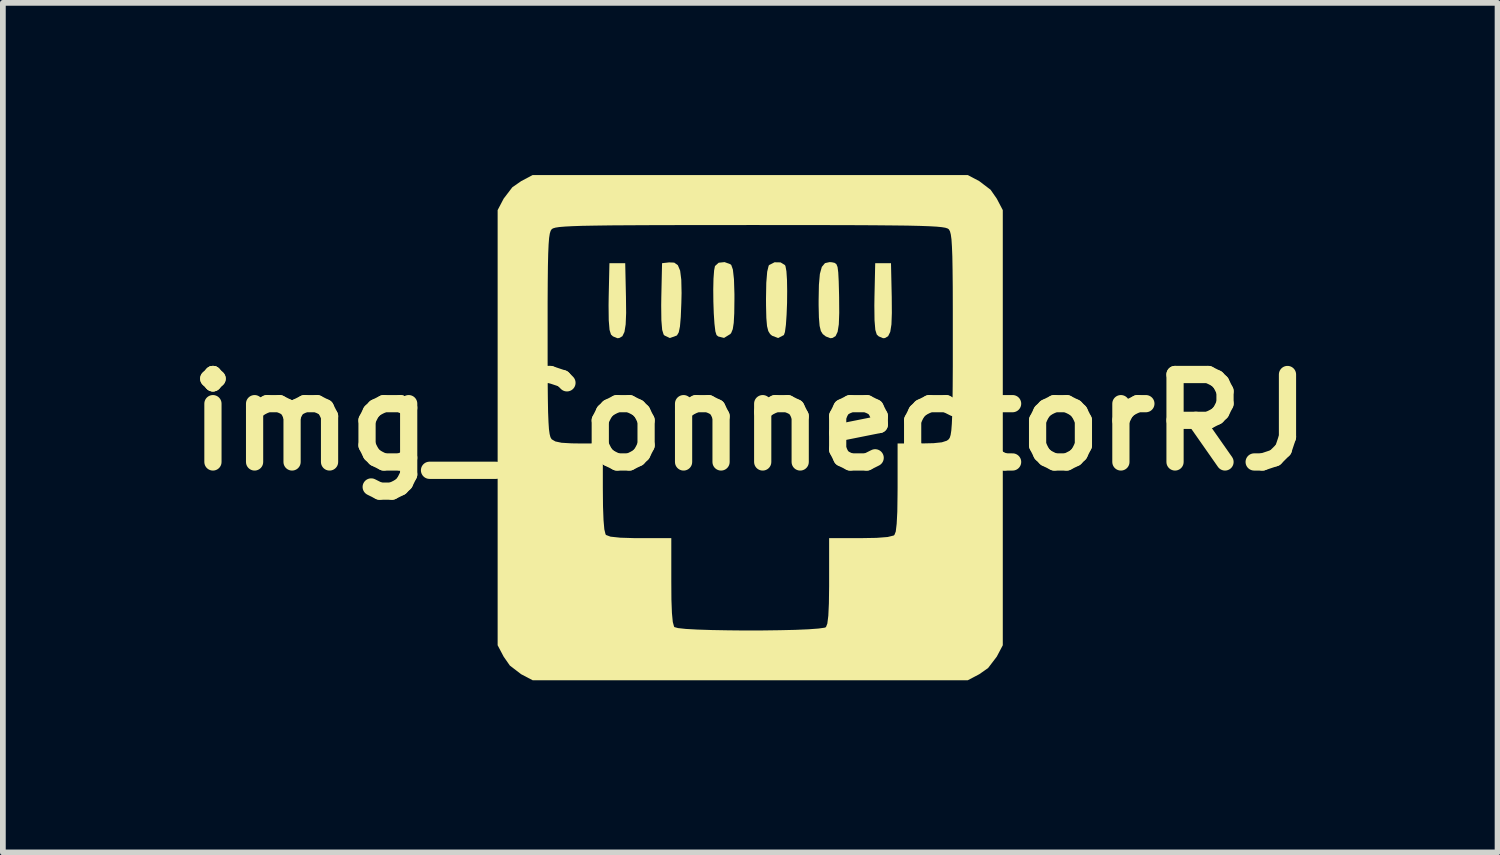
<source format=kicad_pcb>
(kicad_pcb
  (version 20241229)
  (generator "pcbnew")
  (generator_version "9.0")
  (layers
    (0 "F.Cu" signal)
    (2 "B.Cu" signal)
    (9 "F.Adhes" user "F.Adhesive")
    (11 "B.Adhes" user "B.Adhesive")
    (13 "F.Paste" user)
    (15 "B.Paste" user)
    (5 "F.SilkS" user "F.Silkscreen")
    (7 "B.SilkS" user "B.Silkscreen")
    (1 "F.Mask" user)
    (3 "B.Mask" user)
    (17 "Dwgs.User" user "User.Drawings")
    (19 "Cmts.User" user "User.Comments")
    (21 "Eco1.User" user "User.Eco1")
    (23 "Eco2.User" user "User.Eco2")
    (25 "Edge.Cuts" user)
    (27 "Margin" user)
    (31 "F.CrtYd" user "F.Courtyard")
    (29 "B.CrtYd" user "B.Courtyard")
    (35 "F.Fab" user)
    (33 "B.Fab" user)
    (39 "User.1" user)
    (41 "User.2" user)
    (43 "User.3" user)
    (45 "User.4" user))
  (footprint "img_ConnectorRJ"
    (layer "F.Cu")
    (at 10.022 4.31)
    (property "Reference" "img_ConnectorRJ" (at 0 0 0) (layer "F.SilkS") (effects (font (size 1.524 1.524) (thickness 0.3))))
    (attr board_only exclude_from_pos_files exclude_from_bom)
    (fp_poly (pts (xy -2.165 -2.184) (xy -2.162 -1.907) (xy -2.17 -1.708) (xy -2.191 -1.577) (xy -2.227 -1.502) (xy -2.282 -1.47) (xy -2.315 -1.467) (xy -2.392 -1.499) (xy -2.426 -1.531) (xy -2.451 -1.612) (xy -2.465 -1.78) (xy -2.468 -2.038) (xy -2.466 -2.184) (xy -2.453 -2.774) (xy -2.178 -2.774)) (stroke (width 0) (type solid)) (fill yes) (layer "F.SilkS"))
    (fp_poly (pts (xy 2.466 -2.184) (xy 2.468 -1.907) (xy 2.461 -1.708) (xy 2.44 -1.577) (xy 2.403 -1.502) (xy 2.349 -1.47) (xy 2.315 -1.467) (xy 2.239 -1.499) (xy 2.205 -1.531) (xy 2.18 -1.612) (xy 2.166 -1.78) (xy 2.163 -2.038) (xy 2.165 -2.184) (xy 2.178 -2.774) (xy 2.453 -2.774)) (stroke (width 0) (type solid)) (fill yes) (layer "F.SilkS"))
    (fp_poly (pts (xy -1.324 -2.784) (xy -1.261 -2.739) (xy -1.221 -2.644) (xy -1.201 -2.486) (xy -1.196 -2.255) (xy -1.2 -2.08) (xy -1.21 -1.837) (xy -1.224 -1.672) (xy -1.245 -1.57) (xy -1.275 -1.518) (xy -1.284 -1.512) (xy -1.4 -1.47) (xy -1.493 -1.514) (xy -1.509 -1.531) (xy -1.534 -1.612) (xy -1.548 -1.78) (xy -1.551 -2.038) (xy -1.549 -2.184) (xy -1.536 -2.774) (xy -1.413 -2.788)) (stroke (width 0) (type solid)) (fill yes) (layer "F.SilkS"))
    (fp_poly (pts (xy -0.348 -2.757) (xy -0.33 -2.742) (xy -0.302 -2.663) (xy -0.283 -2.493) (xy -0.275 -2.235) (xy -0.275 -2.149) (xy -0.278 -1.904) (xy -0.287 -1.735) (xy -0.304 -1.625) (xy -0.331 -1.559) (xy -0.347 -1.539) (xy -0.456 -1.472) (xy -0.557 -1.497) (xy -0.587 -1.522) (xy -0.607 -1.586) (xy -0.623 -1.72) (xy -0.635 -1.9) (xy -0.642 -2.106) (xy -0.644 -2.314) (xy -0.64 -2.502) (xy -0.629 -2.648) (xy -0.614 -2.724) (xy -0.55 -2.782) (xy -0.447 -2.793)) (stroke (width 0) (type solid)) (fill yes) (layer "F.SilkS"))
    (fp_poly (pts (xy 0.529 -2.788) (xy 0.605 -2.741) (xy 0.614 -2.724) (xy 0.631 -2.633) (xy 0.641 -2.48) (xy 0.644 -2.289) (xy 0.642 -2.08) (xy 0.634 -1.876) (xy 0.622 -1.7) (xy 0.605 -1.574) (xy 0.587 -1.522) (xy 0.487 -1.47) (xy 0.381 -1.51) (xy 0.347 -1.539) (xy 0.315 -1.591) (xy 0.293 -1.678) (xy 0.281 -1.819) (xy 0.276 -2.027) (xy 0.275 -2.149) (xy 0.28 -2.432) (xy 0.296 -2.626) (xy 0.321 -2.729) (xy 0.33 -2.742) (xy 0.424 -2.79)) (stroke (width 0) (type solid)) (fill yes) (layer "F.SilkS"))
    (fp_poly (pts (xy 1.424 -2.79) (xy 1.47 -2.78) (xy 1.501 -2.758) (xy 1.522 -2.707) (xy 1.534 -2.613) (xy 1.542 -2.46) (xy 1.548 -2.233) (xy 1.549 -2.184) (xy 1.551 -1.907) (xy 1.544 -1.709) (xy 1.523 -1.578) (xy 1.487 -1.503) (xy 1.432 -1.471) (xy 1.396 -1.467) (xy 1.318 -1.497) (xy 1.264 -1.539) (xy 1.231 -1.592) (xy 1.209 -1.683) (xy 1.197 -1.827) (xy 1.192 -2.042) (xy 1.192 -2.126) (xy 1.197 -2.397) (xy 1.214 -2.588) (xy 1.248 -2.71) (xy 1.303 -2.775) (xy 1.382 -2.793)) (stroke (width 0) (type solid)) (fill yes) (layer "F.SilkS"))
    (fp_poly (pts (xy 3.991 -4.204) (xy 4.188 -4.054) (xy 4.296 -3.899) (xy 4.401 -3.699) (xy 4.401 3.883) (xy 4.296 4.082) (xy 4.145 4.28) (xy 3.991 4.388) (xy 3.791 4.493) (xy -3.791 4.493) (xy -3.991 4.388) (xy -4.188 4.237) (xy -4.296 4.082) (xy -4.401 3.883) (xy -4.401 -1.536) (xy -3.53 -1.536) (xy -3.53 -1.082) (xy -3.529 -0.71) (xy -3.526 -0.414) (xy -3.522 -0.182) (xy -3.515 -0.008) (xy -3.507 0.117) (xy -3.495 0.203) (xy -3.481 0.257) (xy -3.463 0.289) (xy -3.458 0.295) (xy -3.395 0.332) (xy -3.286 0.355) (xy -3.114 0.365) (xy -2.977 0.367) (xy -2.568 0.367) (xy -2.568 1.137) (xy -2.565 1.463) (xy -2.556 1.703) (xy -2.542 1.863) (xy -2.521 1.949) (xy -2.512 1.962) (xy -2.434 1.991) (xy -2.264 2.009) (xy -2.005 2.017) (xy -1.916 2.017) (xy -1.375 2.017) (xy -1.375 2.765) (xy -1.373 3.087) (xy -1.364 3.322) (xy -1.349 3.478) (xy -1.327 3.558) (xy -1.32 3.567) (xy -1.258 3.584) (xy -1.119 3.599) (xy -0.917 3.61) (xy -0.668 3.618) (xy -0.385 3.623) (xy -0.084 3.626) (xy 0.221 3.625) (xy 0.516 3.621) (xy 0.785 3.615) (xy 1.015 3.605) (xy 1.19 3.592) (xy 1.297 3.577) (xy 1.32 3.567) (xy 1.344 3.505) (xy 1.361 3.369) (xy 1.371 3.155) (xy 1.375 2.855) (xy 1.375 2.765) (xy 1.375 2.017) (xy 1.916 2.017) (xy 2.201 2.012) (xy 2.395 1.997) (xy 2.5 1.971) (xy 2.512 1.962) (xy 2.536 1.902) (xy 2.552 1.768) (xy 2.563 1.557) (xy 2.567 1.262) (xy 2.568 1.137) (xy 2.568 0.367) (xy 2.977 0.367) (xy 3.195 0.362) (xy 3.339 0.347) (xy 3.426 0.319) (xy 3.458 0.295) (xy 3.477 0.267) (xy 3.492 0.219) (xy 3.504 0.142) (xy 3.513 0.027) (xy 3.52 -0.134) (xy 3.525 -0.35) (xy 3.528 -0.63) (xy 3.53 -0.981) (xy 3.53 -1.414) (xy 3.53 -1.536) (xy 3.53 -1.99) (xy 3.529 -2.361) (xy 3.526 -2.658) (xy 3.522 -2.889) (xy 3.515 -3.063) (xy 3.507 -3.189) (xy 3.495 -3.275) (xy 3.481 -3.329) (xy 3.463 -3.361) (xy 3.458 -3.367) (xy 3.437 -3.38) (xy 3.399 -3.392) (xy 3.338 -3.402) (xy 3.247 -3.411) (xy 3.121 -3.418) (xy 2.954 -3.424) (xy 2.738 -3.429) (xy 2.469 -3.432) (xy 2.139 -3.435) (xy 1.744 -3.437) (xy 1.276 -3.438) (xy 0.73 -3.438) (xy 0.098 -3.439) (xy 0 -3.439) (xy -0.644 -3.438) (xy -1.202 -3.438) (xy -1.681 -3.437) (xy -2.087 -3.435) (xy -2.425 -3.433) (xy -2.703 -3.429) (xy -2.926 -3.425) (xy -3.1 -3.419) (xy -3.231 -3.412) (xy -3.327 -3.404) (xy -3.392 -3.394) (xy -3.433 -3.382) (xy -3.456 -3.369) (xy -3.458 -3.367) (xy -3.477 -3.339) (xy -3.492 -3.291) (xy -3.504 -3.214) (xy -3.513 -3.099) (xy -3.52 -2.938) (xy -3.525 -2.722) (xy -3.528 -2.442) (xy -3.53 -2.09) (xy -3.53 -1.658) (xy -3.53 -1.536) (xy -4.401 -1.536) (xy -4.401 -3.699) (xy -4.296 -3.899) (xy -4.145 -4.097) (xy -3.991 -4.204) (xy -3.791 -4.31) (xy 3.791 -4.31)) (stroke (width 0) (type solid)) (fill yes) (layer "F.SilkS")))
  (gr_rect
    (start -3 -3)
    (end 23.044 11.803)
    (stroke (width 0.1) (type default))
    (fill no)
    (layer "Edge.Cuts")))
</source>
